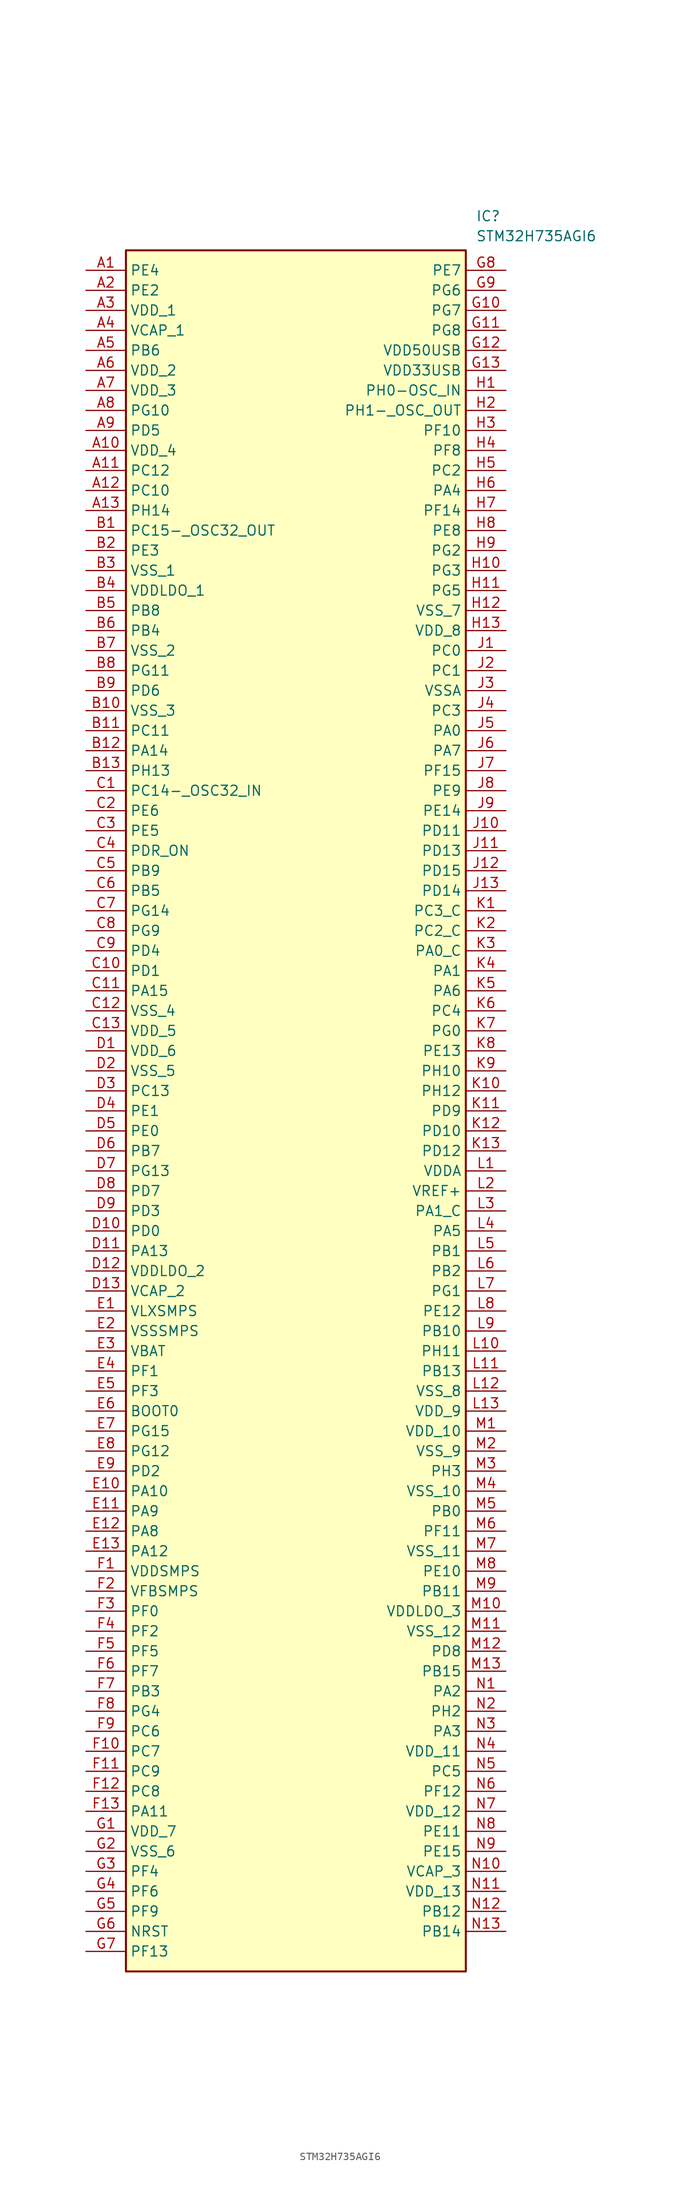
<source format=kicad_sym>
(kicad_symbol_lib
  (version 20211014)
  (generator SamacSys_ECAD_Model)
  (symbol "STM32H735AGI6"
    (property "Reference" "IC"
      (at 49.53 7.62 0)
      (effects (font (size 1.27 1.27)) (justify left top)))
    (property "Value" "STM32H735AGI6"
      (at 49.53 5.08 0)
      (effects (font (size 1.27 1.27)) (justify left top)))
    (rectangle
      (start 5.08 2.54)
      (end 48.26 -215.9)
      (stroke (width 0.254) (type default))
      (fill (type background)))
    (pin passive line
      (at 0 0 0)
      (length 5.08)
      (name "PE4" (effects (font (size 1.27 1.27))))
      (number "A1" (effects (font (size 1.27 1.27)))))
    (pin passive line
      (at 0 -2.54 0)
      (length 5.08)
      (name "PE2" (effects (font (size 1.27 1.27))))
      (number "A2" (effects (font (size 1.27 1.27)))))
    (pin passive line
      (at 0 -5.08 0)
      (length 5.08)
      (name "VDD_1" (effects (font (size 1.27 1.27))))
      (number "A3" (effects (font (size 1.27 1.27)))))
    (pin passive line
      (at 0 -7.62 0)
      (length 5.08)
      (name "VCAP_1" (effects (font (size 1.27 1.27))))
      (number "A4" (effects (font (size 1.27 1.27)))))
    (pin passive line
      (at 0 -10.16 0)
      (length 5.08)
      (name "PB6" (effects (font (size 1.27 1.27))))
      (number "A5" (effects (font (size 1.27 1.27)))))
    (pin passive line
      (at 0 -12.7 0)
      (length 5.08)
      (name "VDD_2" (effects (font (size 1.27 1.27))))
      (number "A6" (effects (font (size 1.27 1.27)))))
    (pin passive line
      (at 0 -15.24 0)
      (length 5.08)
      (name "VDD_3" (effects (font (size 1.27 1.27))))
      (number "A7" (effects (font (size 1.27 1.27)))))
    (pin passive line
      (at 0 -17.78 0)
      (length 5.08)
      (name "PG10" (effects (font (size 1.27 1.27))))
      (number "A8" (effects (font (size 1.27 1.27)))))
    (pin passive line
      (at 0 -20.32 0)
      (length 5.08)
      (name "PD5" (effects (font (size 1.27 1.27))))
      (number "A9" (effects (font (size 1.27 1.27)))))
    (pin passive line
      (at 0 -22.86 0)
      (length 5.08)
      (name "VDD_4" (effects (font (size 1.27 1.27))))
      (number "A10" (effects (font (size 1.27 1.27)))))
    (pin passive line
      (at 0 -25.4 0)
      (length 5.08)
      (name "PC12" (effects (font (size 1.27 1.27))))
      (number "A11" (effects (font (size 1.27 1.27)))))
    (pin passive line
      (at 0 -27.94 0)
      (length 5.08)
      (name "PC10" (effects (font (size 1.27 1.27))))
      (number "A12" (effects (font (size 1.27 1.27)))))
    (pin passive line
      (at 0 -30.48 0)
      (length 5.08)
      (name "PH14" (effects (font (size 1.27 1.27))))
      (number "A13" (effects (font (size 1.27 1.27)))))
    (pin passive line
      (at 0 -33.02 0)
      (length 5.08)
      (name "PC15-_OSC32_OUT" (effects (font (size 1.27 1.27))))
      (number "B1" (effects (font (size 1.27 1.27)))))
    (pin passive line
      (at 0 -35.56 0)
      (length 5.08)
      (name "PE3" (effects (font (size 1.27 1.27))))
      (number "B2" (effects (font (size 1.27 1.27)))))
    (pin passive line
      (at 0 -38.1 0)
      (length 5.08)
      (name "VSS_1" (effects (font (size 1.27 1.27))))
      (number "B3" (effects (font (size 1.27 1.27)))))
    (pin passive line
      (at 0 -40.64 0)
      (length 5.08)
      (name "VDDLDO_1" (effects (font (size 1.27 1.27))))
      (number "B4" (effects (font (size 1.27 1.27)))))
    (pin passive line
      (at 0 -43.18 0)
      (length 5.08)
      (name "PB8" (effects (font (size 1.27 1.27))))
      (number "B5" (effects (font (size 1.27 1.27)))))
    (pin passive line
      (at 0 -45.72 0)
      (length 5.08)
      (name "PB4" (effects (font (size 1.27 1.27))))
      (number "B6" (effects (font (size 1.27 1.27)))))
    (pin passive line
      (at 0 -48.26 0)
      (length 5.08)
      (name "VSS_2" (effects (font (size 1.27 1.27))))
      (number "B7" (effects (font (size 1.27 1.27)))))
    (pin passive line
      (at 0 -50.8 0)
      (length 5.08)
      (name "PG11" (effects (font (size 1.27 1.27))))
      (number "B8" (effects (font (size 1.27 1.27)))))
    (pin passive line
      (at 0 -53.34 0)
      (length 5.08)
      (name "PD6" (effects (font (size 1.27 1.27))))
      (number "B9" (effects (font (size 1.27 1.27)))))
    (pin passive line
      (at 0 -55.88 0)
      (length 5.08)
      (name "VSS_3" (effects (font (size 1.27 1.27))))
      (number "B10" (effects (font (size 1.27 1.27)))))
    (pin passive line
      (at 0 -58.42 0)
      (length 5.08)
      (name "PC11" (effects (font (size 1.27 1.27))))
      (number "B11" (effects (font (size 1.27 1.27)))))
    (pin passive line
      (at 0 -60.96 0)
      (length 5.08)
      (name "PA14" (effects (font (size 1.27 1.27))))
      (number "B12" (effects (font (size 1.27 1.27)))))
    (pin passive line
      (at 0 -63.5 0)
      (length 5.08)
      (name "PH13" (effects (font (size 1.27 1.27))))
      (number "B13" (effects (font (size 1.27 1.27)))))
    (pin passive line
      (at 0 -66.04 0)
      (length 5.08)
      (name "PC14-_OSC32_IN" (effects (font (size 1.27 1.27))))
      (number "C1" (effects (font (size 1.27 1.27)))))
    (pin passive line
      (at 0 -68.58 0)
      (length 5.08)
      (name "PE6" (effects (font (size 1.27 1.27))))
      (number "C2" (effects (font (size 1.27 1.27)))))
    (pin passive line
      (at 0 -71.12 0)
      (length 5.08)
      (name "PE5" (effects (font (size 1.27 1.27))))
      (number "C3" (effects (font (size 1.27 1.27)))))
    (pin passive line
      (at 0 -73.66 0)
      (length 5.08)
      (name "PDR_ON" (effects (font (size 1.27 1.27))))
      (number "C4" (effects (font (size 1.27 1.27)))))
    (pin passive line
      (at 0 -76.2 0)
      (length 5.08)
      (name "PB9" (effects (font (size 1.27 1.27))))
      (number "C5" (effects (font (size 1.27 1.27)))))
    (pin passive line
      (at 0 -78.74 0)
      (length 5.08)
      (name "PB5" (effects (font (size 1.27 1.27))))
      (number "C6" (effects (font (size 1.27 1.27)))))
    (pin passive line
      (at 0 -81.28 0)
      (length 5.08)
      (name "PG14" (effects (font (size 1.27 1.27))))
      (number "C7" (effects (font (size 1.27 1.27)))))
    (pin passive line
      (at 0 -83.82 0)
      (length 5.08)
      (name "PG9" (effects (font (size 1.27 1.27))))
      (number "C8" (effects (font (size 1.27 1.27)))))
    (pin passive line
      (at 0 -86.36 0)
      (length 5.08)
      (name "PD4" (effects (font (size 1.27 1.27))))
      (number "C9" (effects (font (size 1.27 1.27)))))
    (pin passive line
      (at 0 -88.9 0)
      (length 5.08)
      (name "PD1" (effects (font (size 1.27 1.27))))
      (number "C10" (effects (font (size 1.27 1.27)))))
    (pin passive line
      (at 0 -91.44 0)
      (length 5.08)
      (name "PA15" (effects (font (size 1.27 1.27))))
      (number "C11" (effects (font (size 1.27 1.27)))))
    (pin passive line
      (at 0 -93.98 0)
      (length 5.08)
      (name "VSS_4" (effects (font (size 1.27 1.27))))
      (number "C12" (effects (font (size 1.27 1.27)))))
    (pin passive line
      (at 0 -96.52 0)
      (length 5.08)
      (name "VDD_5" (effects (font (size 1.27 1.27))))
      (number "C13" (effects (font (size 1.27 1.27)))))
    (pin passive line
      (at 0 -99.06 0)
      (length 5.08)
      (name "VDD_6" (effects (font (size 1.27 1.27))))
      (number "D1" (effects (font (size 1.27 1.27)))))
    (pin passive line
      (at 0 -101.6 0)
      (length 5.08)
      (name "VSS_5" (effects (font (size 1.27 1.27))))
      (number "D2" (effects (font (size 1.27 1.27)))))
    (pin passive line
      (at 0 -104.14 0)
      (length 5.08)
      (name "PC13" (effects (font (size 1.27 1.27))))
      (number "D3" (effects (font (size 1.27 1.27)))))
    (pin passive line
      (at 0 -106.68 0)
      (length 5.08)
      (name "PE1" (effects (font (size 1.27 1.27))))
      (number "D4" (effects (font (size 1.27 1.27)))))
    (pin passive line
      (at 0 -109.22 0)
      (length 5.08)
      (name "PE0" (effects (font (size 1.27 1.27))))
      (number "D5" (effects (font (size 1.27 1.27)))))
    (pin passive line
      (at 0 -111.76 0)
      (length 5.08)
      (name "PB7" (effects (font (size 1.27 1.27))))
      (number "D6" (effects (font (size 1.27 1.27)))))
    (pin passive line
      (at 0 -114.3 0)
      (length 5.08)
      (name "PG13" (effects (font (size 1.27 1.27))))
      (number "D7" (effects (font (size 1.27 1.27)))))
    (pin passive line
      (at 0 -116.84 0)
      (length 5.08)
      (name "PD7" (effects (font (size 1.27 1.27))))
      (number "D8" (effects (font (size 1.27 1.27)))))
    (pin passive line
      (at 0 -119.38 0)
      (length 5.08)
      (name "PD3" (effects (font (size 1.27 1.27))))
      (number "D9" (effects (font (size 1.27 1.27)))))
    (pin passive line
      (at 0 -121.92 0)
      (length 5.08)
      (name "PD0" (effects (font (size 1.27 1.27))))
      (number "D10" (effects (font (size 1.27 1.27)))))
    (pin passive line
      (at 0 -124.46 0)
      (length 5.08)
      (name "PA13" (effects (font (size 1.27 1.27))))
      (number "D11" (effects (font (size 1.27 1.27)))))
    (pin passive line
      (at 0 -127 0)
      (length 5.08)
      (name "VDDLDO_2" (effects (font (size 1.27 1.27))))
      (number "D12" (effects (font (size 1.27 1.27)))))
    (pin passive line
      (at 0 -129.54 0)
      (length 5.08)
      (name "VCAP_2" (effects (font (size 1.27 1.27))))
      (number "D13" (effects (font (size 1.27 1.27)))))
    (pin passive line
      (at 0 -132.08 0)
      (length 5.08)
      (name "VLXSMPS" (effects (font (size 1.27 1.27))))
      (number "E1" (effects (font (size 1.27 1.27)))))
    (pin passive line
      (at 0 -134.62 0)
      (length 5.08)
      (name "VSSSMPS" (effects (font (size 1.27 1.27))))
      (number "E2" (effects (font (size 1.27 1.27)))))
    (pin passive line
      (at 0 -137.16 0)
      (length 5.08)
      (name "VBAT" (effects (font (size 1.27 1.27))))
      (number "E3" (effects (font (size 1.27 1.27)))))
    (pin passive line
      (at 0 -139.7 0)
      (length 5.08)
      (name "PF1" (effects (font (size 1.27 1.27))))
      (number "E4" (effects (font (size 1.27 1.27)))))
    (pin passive line
      (at 0 -142.24 0)
      (length 5.08)
      (name "PF3" (effects (font (size 1.27 1.27))))
      (number "E5" (effects (font (size 1.27 1.27)))))
    (pin passive line
      (at 0 -144.78 0)
      (length 5.08)
      (name "BOOT0" (effects (font (size 1.27 1.27))))
      (number "E6" (effects (font (size 1.27 1.27)))))
    (pin passive line
      (at 0 -147.32 0)
      (length 5.08)
      (name "PG15" (effects (font (size 1.27 1.27))))
      (number "E7" (effects (font (size 1.27 1.27)))))
    (pin passive line
      (at 0 -149.86 0)
      (length 5.08)
      (name "PG12" (effects (font (size 1.27 1.27))))
      (number "E8" (effects (font (size 1.27 1.27)))))
    (pin passive line
      (at 0 -152.4 0)
      (length 5.08)
      (name "PD2" (effects (font (size 1.27 1.27))))
      (number "E9" (effects (font (size 1.27 1.27)))))
    (pin passive line
      (at 0 -154.94 0)
      (length 5.08)
      (name "PA10" (effects (font (size 1.27 1.27))))
      (number "E10" (effects (font (size 1.27 1.27)))))
    (pin passive line
      (at 0 -157.48 0)
      (length 5.08)
      (name "PA9" (effects (font (size 1.27 1.27))))
      (number "E11" (effects (font (size 1.27 1.27)))))
    (pin passive line
      (at 0 -160.02 0)
      (length 5.08)
      (name "PA8" (effects (font (size 1.27 1.27))))
      (number "E12" (effects (font (size 1.27 1.27)))))
    (pin passive line
      (at 0 -162.56 0)
      (length 5.08)
      (name "PA12" (effects (font (size 1.27 1.27))))
      (number "E13" (effects (font (size 1.27 1.27)))))
    (pin passive line
      (at 0 -165.1 0)
      (length 5.08)
      (name "VDDSMPS" (effects (font (size 1.27 1.27))))
      (number "F1" (effects (font (size 1.27 1.27)))))
    (pin passive line
      (at 0 -167.64 0)
      (length 5.08)
      (name "VFBSMPS" (effects (font (size 1.27 1.27))))
      (number "F2" (effects (font (size 1.27 1.27)))))
    (pin passive line
      (at 0 -170.18 0)
      (length 5.08)
      (name "PF0" (effects (font (size 1.27 1.27))))
      (number "F3" (effects (font (size 1.27 1.27)))))
    (pin passive line
      (at 0 -172.72 0)
      (length 5.08)
      (name "PF2" (effects (font (size 1.27 1.27))))
      (number "F4" (effects (font (size 1.27 1.27)))))
    (pin passive line
      (at 0 -175.26 0)
      (length 5.08)
      (name "PF5" (effects (font (size 1.27 1.27))))
      (number "F5" (effects (font (size 1.27 1.27)))))
    (pin passive line
      (at 0 -177.8 0)
      (length 5.08)
      (name "PF7" (effects (font (size 1.27 1.27))))
      (number "F6" (effects (font (size 1.27 1.27)))))
    (pin passive line
      (at 0 -180.34 0)
      (length 5.08)
      (name "PB3" (effects (font (size 1.27 1.27))))
      (number "F7" (effects (font (size 1.27 1.27)))))
    (pin passive line
      (at 0 -182.88 0)
      (length 5.08)
      (name "PG4" (effects (font (size 1.27 1.27))))
      (number "F8" (effects (font (size 1.27 1.27)))))
    (pin passive line
      (at 0 -185.42 0)
      (length 5.08)
      (name "PC6" (effects (font (size 1.27 1.27))))
      (number "F9" (effects (font (size 1.27 1.27)))))
    (pin passive line
      (at 0 -187.96 0)
      (length 5.08)
      (name "PC7" (effects (font (size 1.27 1.27))))
      (number "F10" (effects (font (size 1.27 1.27)))))
    (pin passive line
      (at 0 -190.5 0)
      (length 5.08)
      (name "PC9" (effects (font (size 1.27 1.27))))
      (number "F11" (effects (font (size 1.27 1.27)))))
    (pin passive line
      (at 0 -193.04 0)
      (length 5.08)
      (name "PC8" (effects (font (size 1.27 1.27))))
      (number "F12" (effects (font (size 1.27 1.27)))))
    (pin passive line
      (at 0 -195.58 0)
      (length 5.08)
      (name "PA11" (effects (font (size 1.27 1.27))))
      (number "F13" (effects (font (size 1.27 1.27)))))
    (pin passive line
      (at 0 -198.12 0)
      (length 5.08)
      (name "VDD_7" (effects (font (size 1.27 1.27))))
      (number "G1" (effects (font (size 1.27 1.27)))))
    (pin passive line
      (at 0 -200.66 0)
      (length 5.08)
      (name "VSS_6" (effects (font (size 1.27 1.27))))
      (number "G2" (effects (font (size 1.27 1.27)))))
    (pin passive line
      (at 0 -203.2 0)
      (length 5.08)
      (name "PF4" (effects (font (size 1.27 1.27))))
      (number "G3" (effects (font (size 1.27 1.27)))))
    (pin passive line
      (at 0 -205.74 0)
      (length 5.08)
      (name "PF6" (effects (font (size 1.27 1.27))))
      (number "G4" (effects (font (size 1.27 1.27)))))
    (pin passive line
      (at 0 -208.28 0)
      (length 5.08)
      (name "PF9" (effects (font (size 1.27 1.27))))
      (number "G5" (effects (font (size 1.27 1.27)))))
    (pin passive line
      (at 0 -210.82 0)
      (length 5.08)
      (name "NRST" (effects (font (size 1.27 1.27))))
      (number "G6" (effects (font (size 1.27 1.27)))))
    (pin passive line
      (at 0 -213.36 0)
      (length 5.08)
      (name "PF13" (effects (font (size 1.27 1.27))))
      (number "G7" (effects (font (size 1.27 1.27)))))
    (pin passive line
      (at 53.34 0 180)
      (length 5.08)
      (name "PE7" (effects (font (size 1.27 1.27))))
      (number "G8" (effects (font (size 1.27 1.27)))))
    (pin passive line
      (at 53.34 -2.54 180)
      (length 5.08)
      (name "PG6" (effects (font (size 1.27 1.27))))
      (number "G9" (effects (font (size 1.27 1.27)))))
    (pin passive line
      (at 53.34 -5.08 180)
      (length 5.08)
      (name "PG7" (effects (font (size 1.27 1.27))))
      (number "G10" (effects (font (size 1.27 1.27)))))
    (pin passive line
      (at 53.34 -7.62 180)
      (length 5.08)
      (name "PG8" (effects (font (size 1.27 1.27))))
      (number "G11" (effects (font (size 1.27 1.27)))))
    (pin passive line
      (at 53.34 -10.16 180)
      (length 5.08)
      (name "VDD50USB" (effects (font (size 1.27 1.27))))
      (number "G12" (effects (font (size 1.27 1.27)))))
    (pin passive line
      (at 53.34 -12.7 180)
      (length 5.08)
      (name "VDD33USB" (effects (font (size 1.27 1.27))))
      (number "G13" (effects (font (size 1.27 1.27)))))
    (pin passive line
      (at 53.34 -15.24 180)
      (length 5.08)
      (name "PH0-OSC_IN" (effects (font (size 1.27 1.27))))
      (number "H1" (effects (font (size 1.27 1.27)))))
    (pin passive line
      (at 53.34 -17.78 180)
      (length 5.08)
      (name "PH1-_OSC_OUT" (effects (font (size 1.27 1.27))))
      (number "H2" (effects (font (size 1.27 1.27)))))
    (pin passive line
      (at 53.34 -20.32 180)
      (length 5.08)
      (name "PF10" (effects (font (size 1.27 1.27))))
      (number "H3" (effects (font (size 1.27 1.27)))))
    (pin passive line
      (at 53.34 -22.86 180)
      (length 5.08)
      (name "PF8" (effects (font (size 1.27 1.27))))
      (number "H4" (effects (font (size 1.27 1.27)))))
    (pin passive line
      (at 53.34 -25.4 180)
      (length 5.08)
      (name "PC2" (effects (font (size 1.27 1.27))))
      (number "H5" (effects (font (size 1.27 1.27)))))
    (pin passive line
      (at 53.34 -27.94 180)
      (length 5.08)
      (name "PA4" (effects (font (size 1.27 1.27))))
      (number "H6" (effects (font (size 1.27 1.27)))))
    (pin passive line
      (at 53.34 -30.48 180)
      (length 5.08)
      (name "PF14" (effects (font (size 1.27 1.27))))
      (number "H7" (effects (font (size 1.27 1.27)))))
    (pin passive line
      (at 53.34 -33.02 180)
      (length 5.08)
      (name "PE8" (effects (font (size 1.27 1.27))))
      (number "H8" (effects (font (size 1.27 1.27)))))
    (pin passive line
      (at 53.34 -35.56 180)
      (length 5.08)
      (name "PG2" (effects (font (size 1.27 1.27))))
      (number "H9" (effects (font (size 1.27 1.27)))))
    (pin passive line
      (at 53.34 -38.1 180)
      (length 5.08)
      (name "PG3" (effects (font (size 1.27 1.27))))
      (number "H10" (effects (font (size 1.27 1.27)))))
    (pin passive line
      (at 53.34 -40.64 180)
      (length 5.08)
      (name "PG5" (effects (font (size 1.27 1.27))))
      (number "H11" (effects (font (size 1.27 1.27)))))
    (pin passive line
      (at 53.34 -43.18 180)
      (length 5.08)
      (name "VSS_7" (effects (font (size 1.27 1.27))))
      (number "H12" (effects (font (size 1.27 1.27)))))
    (pin passive line
      (at 53.34 -45.72 180)
      (length 5.08)
      (name "VDD_8" (effects (font (size 1.27 1.27))))
      (number "H13" (effects (font (size 1.27 1.27)))))
    (pin passive line
      (at 53.34 -48.26 180)
      (length 5.08)
      (name "PC0" (effects (font (size 1.27 1.27))))
      (number "J1" (effects (font (size 1.27 1.27)))))
    (pin passive line
      (at 53.34 -50.8 180)
      (length 5.08)
      (name "PC1" (effects (font (size 1.27 1.27))))
      (number "J2" (effects (font (size 1.27 1.27)))))
    (pin passive line
      (at 53.34 -53.34 180)
      (length 5.08)
      (name "VSSA" (effects (font (size 1.27 1.27))))
      (number "J3" (effects (font (size 1.27 1.27)))))
    (pin passive line
      (at 53.34 -55.88 180)
      (length 5.08)
      (name "PC3" (effects (font (size 1.27 1.27))))
      (number "J4" (effects (font (size 1.27 1.27)))))
    (pin passive line
      (at 53.34 -58.42 180)
      (length 5.08)
      (name "PA0" (effects (font (size 1.27 1.27))))
      (number "J5" (effects (font (size 1.27 1.27)))))
    (pin passive line
      (at 53.34 -60.96 180)
      (length 5.08)
      (name "PA7" (effects (font (size 1.27 1.27))))
      (number "J6" (effects (font (size 1.27 1.27)))))
    (pin passive line
      (at 53.34 -63.5 180)
      (length 5.08)
      (name "PF15" (effects (font (size 1.27 1.27))))
      (number "J7" (effects (font (size 1.27 1.27)))))
    (pin passive line
      (at 53.34 -66.04 180)
      (length 5.08)
      (name "PE9" (effects (font (size 1.27 1.27))))
      (number "J8" (effects (font (size 1.27 1.27)))))
    (pin passive line
      (at 53.34 -68.58 180)
      (length 5.08)
      (name "PE14" (effects (font (size 1.27 1.27))))
      (number "J9" (effects (font (size 1.27 1.27)))))
    (pin passive line
      (at 53.34 -71.12 180)
      (length 5.08)
      (name "PD11" (effects (font (size 1.27 1.27))))
      (number "J10" (effects (font (size 1.27 1.27)))))
    (pin passive line
      (at 53.34 -73.66 180)
      (length 5.08)
      (name "PD13" (effects (font (size 1.27 1.27))))
      (number "J11" (effects (font (size 1.27 1.27)))))
    (pin passive line
      (at 53.34 -76.2 180)
      (length 5.08)
      (name "PD15" (effects (font (size 1.27 1.27))))
      (number "J12" (effects (font (size 1.27 1.27)))))
    (pin passive line
      (at 53.34 -78.74 180)
      (length 5.08)
      (name "PD14" (effects (font (size 1.27 1.27))))
      (number "J13" (effects (font (size 1.27 1.27)))))
    (pin passive line
      (at 53.34 -81.28 180)
      (length 5.08)
      (name "PC3_C" (effects (font (size 1.27 1.27))))
      (number "K1" (effects (font (size 1.27 1.27)))))
    (pin passive line
      (at 53.34 -83.82 180)
      (length 5.08)
      (name "PC2_C" (effects (font (size 1.27 1.27))))
      (number "K2" (effects (font (size 1.27 1.27)))))
    (pin passive line
      (at 53.34 -86.36 180)
      (length 5.08)
      (name "PA0_C" (effects (font (size 1.27 1.27))))
      (number "K3" (effects (font (size 1.27 1.27)))))
    (pin passive line
      (at 53.34 -88.9 180)
      (length 5.08)
      (name "PA1" (effects (font (size 1.27 1.27))))
      (number "K4" (effects (font (size 1.27 1.27)))))
    (pin passive line
      (at 53.34 -91.44 180)
      (length 5.08)
      (name "PA6" (effects (font (size 1.27 1.27))))
      (number "K5" (effects (font (size 1.27 1.27)))))
    (pin passive line
      (at 53.34 -93.98 180)
      (length 5.08)
      (name "PC4" (effects (font (size 1.27 1.27))))
      (number "K6" (effects (font (size 1.27 1.27)))))
    (pin passive line
      (at 53.34 -96.52 180)
      (length 5.08)
      (name "PG0" (effects (font (size 1.27 1.27))))
      (number "K7" (effects (font (size 1.27 1.27)))))
    (pin passive line
      (at 53.34 -99.06 180)
      (length 5.08)
      (name "PE13" (effects (font (size 1.27 1.27))))
      (number "K8" (effects (font (size 1.27 1.27)))))
    (pin passive line
      (at 53.34 -101.6 180)
      (length 5.08)
      (name "PH10" (effects (font (size 1.27 1.27))))
      (number "K9" (effects (font (size 1.27 1.27)))))
    (pin passive line
      (at 53.34 -104.14 180)
      (length 5.08)
      (name "PH12" (effects (font (size 1.27 1.27))))
      (number "K10" (effects (font (size 1.27 1.27)))))
    (pin passive line
      (at 53.34 -106.68 180)
      (length 5.08)
      (name "PD9" (effects (font (size 1.27 1.27))))
      (number "K11" (effects (font (size 1.27 1.27)))))
    (pin passive line
      (at 53.34 -109.22 180)
      (length 5.08)
      (name "PD10" (effects (font (size 1.27 1.27))))
      (number "K12" (effects (font (size 1.27 1.27)))))
    (pin passive line
      (at 53.34 -111.76 180)
      (length 5.08)
      (name "PD12" (effects (font (size 1.27 1.27))))
      (number "K13" (effects (font (size 1.27 1.27)))))
    (pin passive line
      (at 53.34 -114.3 180)
      (length 5.08)
      (name "VDDA" (effects (font (size 1.27 1.27))))
      (number "L1" (effects (font (size 1.27 1.27)))))
    (pin passive line
      (at 53.34 -116.84 180)
      (length 5.08)
      (name "VREF+" (effects (font (size 1.27 1.27))))
      (number "L2" (effects (font (size 1.27 1.27)))))
    (pin passive line
      (at 53.34 -119.38 180)
      (length 5.08)
      (name "PA1_C" (effects (font (size 1.27 1.27))))
      (number "L3" (effects (font (size 1.27 1.27)))))
    (pin passive line
      (at 53.34 -121.92 180)
      (length 5.08)
      (name "PA5" (effects (font (size 1.27 1.27))))
      (number "L4" (effects (font (size 1.27 1.27)))))
    (pin passive line
      (at 53.34 -124.46 180)
      (length 5.08)
      (name "PB1" (effects (font (size 1.27 1.27))))
      (number "L5" (effects (font (size 1.27 1.27)))))
    (pin passive line
      (at 53.34 -127 180)
      (length 5.08)
      (name "PB2" (effects (font (size 1.27 1.27))))
      (number "L6" (effects (font (size 1.27 1.27)))))
    (pin passive line
      (at 53.34 -129.54 180)
      (length 5.08)
      (name "PG1" (effects (font (size 1.27 1.27))))
      (number "L7" (effects (font (size 1.27 1.27)))))
    (pin passive line
      (at 53.34 -132.08 180)
      (length 5.08)
      (name "PE12" (effects (font (size 1.27 1.27))))
      (number "L8" (effects (font (size 1.27 1.27)))))
    (pin passive line
      (at 53.34 -134.62 180)
      (length 5.08)
      (name "PB10" (effects (font (size 1.27 1.27))))
      (number "L9" (effects (font (size 1.27 1.27)))))
    (pin passive line
      (at 53.34 -137.16 180)
      (length 5.08)
      (name "PH11" (effects (font (size 1.27 1.27))))
      (number "L10" (effects (font (size 1.27 1.27)))))
    (pin passive line
      (at 53.34 -139.7 180)
      (length 5.08)
      (name "PB13" (effects (font (size 1.27 1.27))))
      (number "L11" (effects (font (size 1.27 1.27)))))
    (pin passive line
      (at 53.34 -142.24 180)
      (length 5.08)
      (name "VSS_8" (effects (font (size 1.27 1.27))))
      (number "L12" (effects (font (size 1.27 1.27)))))
    (pin passive line
      (at 53.34 -144.78 180)
      (length 5.08)
      (name "VDD_9" (effects (font (size 1.27 1.27))))
      (number "L13" (effects (font (size 1.27 1.27)))))
    (pin passive line
      (at 53.34 -147.32 180)
      (length 5.08)
      (name "VDD_10" (effects (font (size 1.27 1.27))))
      (number "M1" (effects (font (size 1.27 1.27)))))
    (pin passive line
      (at 53.34 -149.86 180)
      (length 5.08)
      (name "VSS_9" (effects (font (size 1.27 1.27))))
      (number "M2" (effects (font (size 1.27 1.27)))))
    (pin passive line
      (at 53.34 -152.4 180)
      (length 5.08)
      (name "PH3" (effects (font (size 1.27 1.27))))
      (number "M3" (effects (font (size 1.27 1.27)))))
    (pin passive line
      (at 53.34 -154.94 180)
      (length 5.08)
      (name "VSS_10" (effects (font (size 1.27 1.27))))
      (number "M4" (effects (font (size 1.27 1.27)))))
    (pin passive line
      (at 53.34 -157.48 180)
      (length 5.08)
      (name "PB0" (effects (font (size 1.27 1.27))))
      (number "M5" (effects (font (size 1.27 1.27)))))
    (pin passive line
      (at 53.34 -160.02 180)
      (length 5.08)
      (name "PF11" (effects (font (size 1.27 1.27))))
      (number "M6" (effects (font (size 1.27 1.27)))))
    (pin passive line
      (at 53.34 -162.56 180)
      (length 5.08)
      (name "VSS_11" (effects (font (size 1.27 1.27))))
      (number "M7" (effects (font (size 1.27 1.27)))))
    (pin passive line
      (at 53.34 -165.1 180)
      (length 5.08)
      (name "PE10" (effects (font (size 1.27 1.27))))
      (number "M8" (effects (font (size 1.27 1.27)))))
    (pin passive line
      (at 53.34 -167.64 180)
      (length 5.08)
      (name "PB11" (effects (font (size 1.27 1.27))))
      (number "M9" (effects (font (size 1.27 1.27)))))
    (pin passive line
      (at 53.34 -170.18 180)
      (length 5.08)
      (name "VDDLDO_3" (effects (font (size 1.27 1.27))))
      (number "M10" (effects (font (size 1.27 1.27)))))
    (pin passive line
      (at 53.34 -172.72 180)
      (length 5.08)
      (name "VSS_12" (effects (font (size 1.27 1.27))))
      (number "M11" (effects (font (size 1.27 1.27)))))
    (pin passive line
      (at 53.34 -175.26 180)
      (length 5.08)
      (name "PD8" (effects (font (size 1.27 1.27))))
      (number "M12" (effects (font (size 1.27 1.27)))))
    (pin passive line
      (at 53.34 -177.8 180)
      (length 5.08)
      (name "PB15" (effects (font (size 1.27 1.27))))
      (number "M13" (effects (font (size 1.27 1.27)))))
    (pin passive line
      (at 53.34 -180.34 180)
      (length 5.08)
      (name "PA2" (effects (font (size 1.27 1.27))))
      (number "N1" (effects (font (size 1.27 1.27)))))
    (pin passive line
      (at 53.34 -182.88 180)
      (length 5.08)
      (name "PH2" (effects (font (size 1.27 1.27))))
      (number "N2" (effects (font (size 1.27 1.27)))))
    (pin passive line
      (at 53.34 -185.42 180)
      (length 5.08)
      (name "PA3" (effects (font (size 1.27 1.27))))
      (number "N3" (effects (font (size 1.27 1.27)))))
    (pin passive line
      (at 53.34 -187.96 180)
      (length 5.08)
      (name "VDD_11" (effects (font (size 1.27 1.27))))
      (number "N4" (effects (font (size 1.27 1.27)))))
    (pin passive line
      (at 53.34 -190.5 180)
      (length 5.08)
      (name "PC5" (effects (font (size 1.27 1.27))))
      (number "N5" (effects (font (size 1.27 1.27)))))
    (pin passive line
      (at 53.34 -193.04 180)
      (length 5.08)
      (name "PF12" (effects (font (size 1.27 1.27))))
      (number "N6" (effects (font (size 1.27 1.27)))))
    (pin passive line
      (at 53.34 -195.58 180)
      (length 5.08)
      (name "VDD_12" (effects (font (size 1.27 1.27))))
      (number "N7" (effects (font (size 1.27 1.27)))))
    (pin passive line
      (at 53.34 -198.12 180)
      (length 5.08)
      (name "PE11" (effects (font (size 1.27 1.27))))
      (number "N8" (effects (font (size 1.27 1.27)))))
    (pin passive line
      (at 53.34 -200.66 180)
      (length 5.08)
      (name "PE15" (effects (font (size 1.27 1.27))))
      (number "N9" (effects (font (size 1.27 1.27)))))
    (pin passive line
      (at 53.34 -203.2 180)
      (length 5.08)
      (name "VCAP_3" (effects (font (size 1.27 1.27))))
      (number "N10" (effects (font (size 1.27 1.27)))))
    (pin passive line
      (at 53.34 -205.74 180)
      (length 5.08)
      (name "VDD_13" (effects (font (size 1.27 1.27))))
      (number "N11" (effects (font (size 1.27 1.27)))))
    (pin passive line
      (at 53.34 -208.28 180)
      (length 5.08)
      (name "PB12" (effects (font (size 1.27 1.27))))
      (number "N12" (effects (font (size 1.27 1.27)))))
    (pin passive line
      (at 53.34 -210.82 180)
      (length 5.08)
      (name "PB14" (effects (font (size 1.27 1.27))))
      (number "N13" (effects (font (size 1.27 1.27)))))))
</source>
